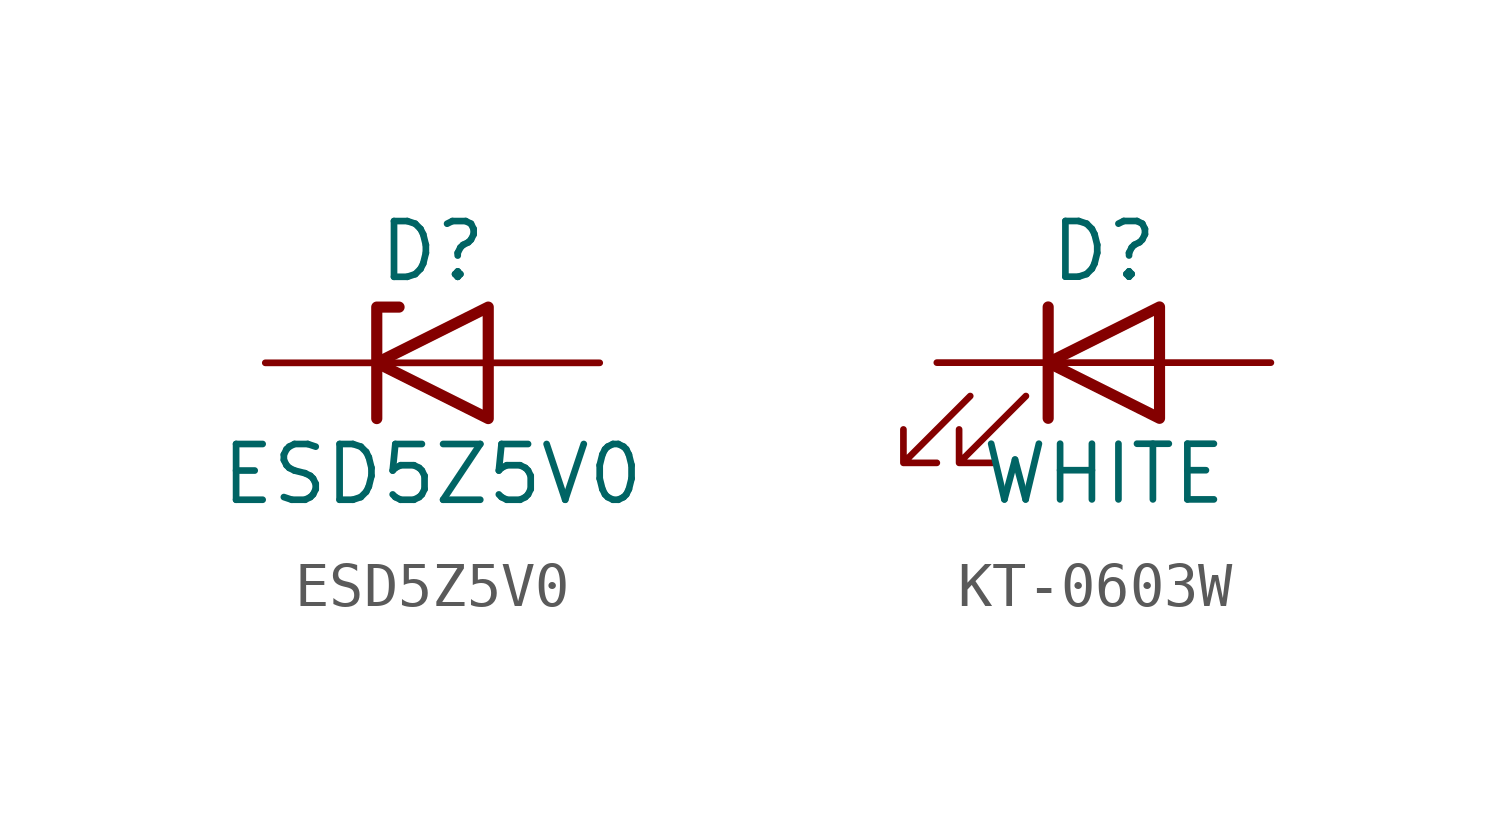
<source format=kicad_sym>
(kicad_symbol_lib
  (version 20241209)
  (generator "kicad_symbol_editor")
  (generator_version "9.0")
  (symbol "ESD5Z5V0"
    (pin_numbers
      (hide yes))
    (pin_names
      (hide yes))
    (property "Reference" "D"
      (at 0 2.54 0)
      (effects (font (size 1.27 1.27))))
    (property "Value" "ESD5Z5V0"
      (at 0 -2.54 0)
      (effects (font (size 1.27 1.27))))
    (symbol "ESD5Z5V0_0_1"
      (polyline (pts (xy -1.27 -1.27) (xy -1.27 1.27) (xy -0.762 1.27)) (stroke (width 0.254) (type default)) (fill (type none)))
      (polyline (pts (xy 1.27 0) (xy -1.27 0)) (stroke (width 0) (type default)) (fill (type none)))
      (polyline (pts (xy 1.27 -1.27) (xy 1.27 1.27) (xy -1.27 0) (xy 1.27 -1.27)) (stroke (width 0.254) (type default)) (fill (type none))))
    (symbol "ESD5Z5V0_1_1"
      (pin passive line (at -3.81 0 0) (length 2.54) (name "K" (effects (font (size 1.27 1.27)))) (number "1" (effects (font (size 1.27 1.27)))))
      (pin passive line (at 3.81 0 180) (length 2.54) (name "A" (effects (font (size 1.27 1.27)))) (number "2" (effects (font (size 1.27 1.27)))))))
  (symbol "KT-0603W"
    (pin_numbers
      (hide yes))
    (pin_names
      (offset 1.016)
      (hide yes))
    (property "Reference" "D"
      (at 0 2.54 0)
      (effects (font (size 1.27 1.27))))
    (property "Value" "WHITE"
      (at 0 -2.54 0)
      (effects (font (size 1.27 1.27))))
    (symbol "KT-0603W_0_1"
      (polyline (pts (xy -3.048 -0.762) (xy -4.572 -2.286) (xy -3.81 -2.286) (xy -4.572 -2.286) (xy -4.572 -1.524)) (stroke (width 0) (type default)) (fill (type none)))
      (polyline (pts (xy -1.778 -0.762) (xy -3.302 -2.286) (xy -2.54 -2.286) (xy -3.302 -2.286) (xy -3.302 -1.524)) (stroke (width 0) (type default)) (fill (type none)))
      (polyline (pts (xy -1.27 0) (xy 1.27 0)) (stroke (width 0) (type default)) (fill (type none)))
      (polyline (pts (xy -1.27 -1.27) (xy -1.27 1.27)) (stroke (width 0.254) (type default)) (fill (type none)))
      (polyline (pts (xy 1.27 -1.27) (xy 1.27 1.27) (xy -1.27 0) (xy 1.27 -1.27)) (stroke (width 0.254) (type default)) (fill (type none))))
    (symbol "KT-0603W_1_1"
      (pin passive line (at -3.81 0 0) (length 2.54) (name "K" (effects (font (size 1.27 1.27)))) (number "1" (effects (font (size 1.27 1.27)))))
      (pin passive line (at 3.81 0 180) (length 2.54) (name "A" (effects (font (size 1.27 1.27)))) (number "2" (effects (font (size 1.27 1.27))))))))
</source>
